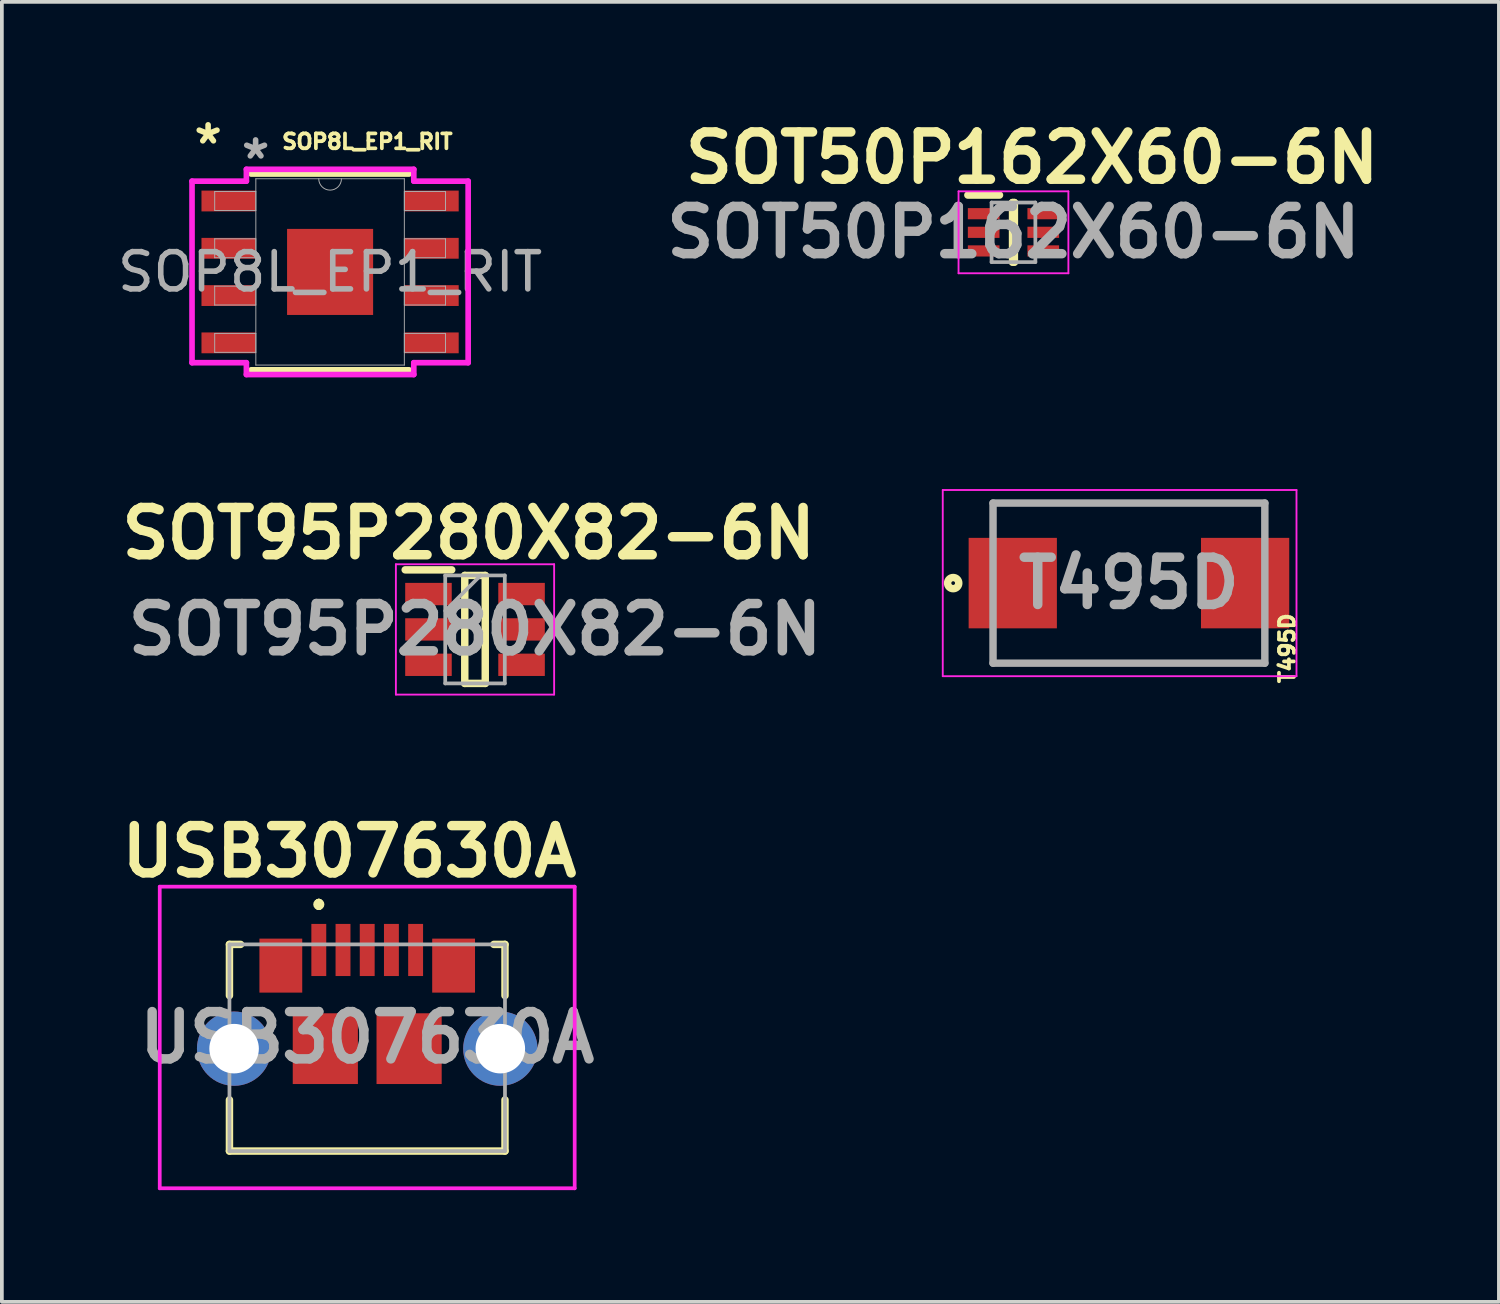
<source format=kicad_pcb>
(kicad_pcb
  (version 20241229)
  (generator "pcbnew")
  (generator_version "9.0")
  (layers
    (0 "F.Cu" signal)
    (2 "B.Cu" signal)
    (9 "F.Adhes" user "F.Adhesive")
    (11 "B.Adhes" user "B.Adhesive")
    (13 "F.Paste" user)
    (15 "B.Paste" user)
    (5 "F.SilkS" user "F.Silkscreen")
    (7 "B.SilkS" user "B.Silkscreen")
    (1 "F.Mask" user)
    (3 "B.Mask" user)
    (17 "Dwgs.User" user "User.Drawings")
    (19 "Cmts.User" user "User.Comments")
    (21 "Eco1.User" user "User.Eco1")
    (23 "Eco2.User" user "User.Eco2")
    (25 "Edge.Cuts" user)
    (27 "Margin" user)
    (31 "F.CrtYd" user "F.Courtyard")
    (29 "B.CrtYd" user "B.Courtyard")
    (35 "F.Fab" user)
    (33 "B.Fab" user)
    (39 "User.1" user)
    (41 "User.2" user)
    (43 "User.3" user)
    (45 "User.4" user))
  (footprint "SOT95P280X82-6N"
    (layer "F.Cu")
    (at 9.707 13.854)
    (property "Reference" "SOT95P280X82-6N" (at -0.17 -2.58 0) (layer "F.SilkS") (effects (font (size 1.27 1.27) (thickness 0.254))))
    (attr smd)
    (fp_line (start -1.875 -1.6) (end -0.625 -1.6) (stroke (width 0.2) (type solid)) (layer "F.SilkS"))
    (fp_line (start -0.275 -1.45) (end 0.275 -1.45) (stroke (width 0.2) (type solid)) (layer "F.SilkS"))
    (fp_line (start -0.275 1.45) (end -0.275 -1.45) (stroke (width 0.2) (type solid)) (layer "F.SilkS"))
    (fp_line (start 0.275 -1.45) (end 0.275 1.45) (stroke (width 0.2) (type solid)) (layer "F.SilkS"))
    (fp_line (start 0.275 1.45) (end -0.275 1.45) (stroke (width 0.2) (type solid)) (layer "F.SilkS"))
    (fp_line (start -2.125 -1.75) (end 2.125 -1.75) (stroke (width 0.05) (type solid)) (layer "F.CrtYd"))
    (fp_line (start -2.125 1.75) (end -2.125 -1.75) (stroke (width 0.05) (type solid)) (layer "F.CrtYd"))
    (fp_line (start 2.125 -1.75) (end 2.125 1.75) (stroke (width 0.05) (type solid)) (layer "F.CrtYd"))
    (fp_line (start 2.125 1.75) (end -2.125 1.75) (stroke (width 0.05) (type solid)) (layer "F.CrtYd"))
    (fp_line (start -0.8 -1.45) (end 0.8 -1.45) (stroke (width 0.1) (type solid)) (layer "F.Fab"))
    (fp_line (start -0.8 -0.5) (end 0.15 -1.45) (stroke (width 0.1) (type solid)) (layer "F.Fab"))
    (fp_line (start -0.8 1.45) (end -0.8 -1.45) (stroke (width 0.1) (type solid)) (layer "F.Fab"))
    (fp_line (start 0.8 -1.45) (end 0.8 1.45) (stroke (width 0.1) (type solid)) (layer "F.Fab"))
    (fp_line (start 0.8 1.45) (end -0.8 1.45) (stroke (width 0.1) (type solid)) (layer "F.Fab"))
    (fp_text user "${REFERENCE}" (at 0 0 0) (layer "F.Fab") (effects (font (size 1.27 1.27) (thickness 0.254))))
    (pad "1" smd rect (at -1.25 -0.95 90) (size 0.6 1.25) (layers "F.Cu" "F.Mask" "F.Paste"))
    (pad "2" smd rect (at -1.25 0 90) (size 0.6 1.25) (layers "F.Cu" "F.Mask" "F.Paste"))
    (pad "3" smd rect (at -1.25 0.95 90) (size 0.6 1.25) (layers "F.Cu" "F.Mask" "F.Paste"))
    (pad "4" smd rect (at 1.25 0.95 90) (size 0.6 1.25) (layers "F.Cu" "F.Mask" "F.Paste"))
    (pad "5" smd rect (at 1.25 0 90) (size 0.6 1.25) (layers "F.Cu" "F.Mask" "F.Paste"))
    (pad "6" smd rect (at 1.25 -0.95 90) (size 0.6 1.25) (layers "F.Cu" "F.Mask" "F.Paste")))
  (footprint "USB307630A"
    (layer "F.Cu")
    (at 6.812 25.088)
    (property "Reference" "USB307630A" (at -0.48 -5.27 0) (layer "F.SilkS") (effects (font (size 1.27 1.27) (thickness 0.254))))
    (attr through_hole)
    (fp_line (start -3.7 -2.775) (end -3.4 -2.775) (stroke (width 0.2) (type solid)) (layer "F.SilkS"))
    (fp_line (start -3.7 -1.4) (end -3.7 -2.775) (stroke (width 0.2) (type solid)) (layer "F.SilkS"))
    (fp_line (start -3.7 2.775) (end -3.7 1.4) (stroke (width 0.2) (type solid)) (layer "F.SilkS"))
    (fp_line (start -1.3 -3.9) (end -1.3 -3.9) (stroke (width 0.2) (type solid)) (layer "F.SilkS"))
    (fp_line (start -1.3 -3.9) (end -1.3 -3.8) (stroke (width 0.2) (type solid)) (layer "F.SilkS"))
    (fp_line (start -1.3 -3.8) (end -1.3 -3.8) (stroke (width 0.2) (type solid)) (layer "F.SilkS"))
    (fp_line (start 3.4 -2.775) (end 3.7 -2.775) (stroke (width 0.2) (type solid)) (layer "F.SilkS"))
    (fp_line (start 3.7 -2.775) (end 3.7 -1.4) (stroke (width 0.2) (type solid)) (layer "F.SilkS"))
    (fp_line (start 3.7 1.4) (end 3.7 2.775) (stroke (width 0.2) (type solid)) (layer "F.SilkS"))
    (fp_line (start 3.7 2.775) (end -3.7 2.775) (stroke (width 0.2) (type solid)) (layer "F.SilkS"))
    (fp_arc (start -1.3 -3.9) (mid -1.25 -3.85) (end -1.3 -3.8) (stroke (width 0.2) (type solid)) (layer "F.SilkS"))
    (fp_arc (start -1.3 -3.8) (mid -1.35 -3.85) (end -1.3 -3.9) (stroke (width 0.2) (type solid)) (layer "F.SilkS"))
    (fp_line (start -5.572 -4.325) (end 5.572 -4.325) (stroke (width 0.1) (type solid)) (layer "F.CrtYd"))
    (fp_line (start -5.572 3.775) (end -5.572 -4.325) (stroke (width 0.1) (type solid)) (layer "F.CrtYd"))
    (fp_line (start 5.572 -4.325) (end 5.572 3.775) (stroke (width 0.1) (type solid)) (layer "F.CrtYd"))
    (fp_line (start 5.572 3.775) (end -5.572 3.775) (stroke (width 0.1) (type solid)) (layer "F.CrtYd"))
    (fp_line (start -3.7 -2.775) (end 3.7 -2.775) (stroke (width 0.1) (type solid)) (layer "F.Fab"))
    (fp_line (start -3.7 2.775) (end -3.7 -2.775) (stroke (width 0.1) (type solid)) (layer "F.Fab"))
    (fp_line (start 3.7 -2.775) (end 3.7 2.775) (stroke (width 0.1) (type solid)) (layer "F.Fab"))
    (fp_line (start 3.7 2.775) (end -3.7 2.775) (stroke (width 0.1) (type solid)) (layer "F.Fab"))
    (fp_text user "${REFERENCE}" (at 0 -0.275 0) (layer "F.Fab") (effects (font (size 1.27 1.27) (thickness 0.254))))
    (pad "1" smd rect (at -1.3 -2.625) (size 0.4 1.4) (layers "F.Cu" "F.Mask" "F.Paste"))
    (pad "2" smd rect (at -0.65 -2.625) (size 0.4 1.4) (layers "F.Cu" "F.Mask" "F.Paste"))
    (pad "3" smd rect (at 0 -2.625) (size 0.4 1.4) (layers "F.Cu" "F.Mask" "F.Paste"))
    (pad "4" smd rect (at 0.65 -2.625) (size 0.4 1.4) (layers "F.Cu" "F.Mask" "F.Paste"))
    (pad "5" smd rect (at 1.3 -2.625) (size 0.4 1.4) (layers "F.Cu" "F.Mask" "F.Paste"))
    (pad "MH1" thru_hole circle (at -3.575 0.025) (size 1.995 1.995) (drill 1.33) (layers "*.Cu" "*.Mask"))
    (pad "MH2" thru_hole circle (at 3.575 0.025) (size 1.995 1.995) (drill 1.33) (layers "*.Cu" "*.Mask"))
    (pad "MP1" smd rect (at -2.32 -2.205) (size 1.15 1.45) (layers "F.Cu" "F.Mask" "F.Paste"))
    (pad "MP2" smd rect (at 2.32 -2.205) (size 1.15 1.45) (layers "F.Cu" "F.Mask" "F.Paste"))
    (pad "MP3" smd rect (at -1.125 0.025) (size 1.75 1.9) (layers "F.Cu" "F.Mask" "F.Paste"))
    (pad "MP4" smd rect (at 1.125 0.025) (size 1.75 1.9) (layers "F.Cu" "F.Mask" "F.Paste")))
  (footprint "SOP8L_EP1_RIT"
    (layer "F.Cu")
    (at 5.815 4.253)
    (property "Reference" "SOP8L_EP1_RIT" (at 1 -3.5 0) (unlocked yes) (layer "F.SilkS") (effects (font (size 0.4 0.4) (thickness 0.15))))
    (attr smd)
    (fp_line (start -2.121 2.629) (end 2.121 2.629) (stroke (width 0.152) (type solid)) (layer "F.SilkS"))
    (fp_line (start 2.121 -2.629) (end -2.121 -2.629) (stroke (width 0.152) (type solid)) (layer "F.SilkS"))
    (fp_line (start -3.708 -2.438) (end -2.248 -2.438) (stroke (width 0.152) (type solid)) (layer "F.CrtYd"))
    (fp_line (start -3.708 2.438) (end -3.708 -2.438) (stroke (width 0.152) (type solid)) (layer "F.CrtYd"))
    (fp_line (start -3.708 2.438) (end -2.248 2.438) (stroke (width 0.152) (type solid)) (layer "F.CrtYd"))
    (fp_line (start -2.248 -2.756) (end 2.248 -2.756) (stroke (width 0.152) (type solid)) (layer "F.CrtYd"))
    (fp_line (start -2.248 -2.438) (end -2.248 -2.756) (stroke (width 0.152) (type solid)) (layer "F.CrtYd"))
    (fp_line (start -2.248 2.756) (end -2.248 2.438) (stroke (width 0.152) (type solid)) (layer "F.CrtYd"))
    (fp_line (start 2.248 -2.756) (end 2.248 -2.438) (stroke (width 0.152) (type solid)) (layer "F.CrtYd"))
    (fp_line (start 2.248 2.438) (end 2.248 2.756) (stroke (width 0.152) (type solid)) (layer "F.CrtYd"))
    (fp_line (start 2.248 2.756) (end -2.248 2.756) (stroke (width 0.152) (type solid)) (layer "F.CrtYd"))
    (fp_line (start 3.708 -2.438) (end 2.248 -2.438) (stroke (width 0.152) (type solid)) (layer "F.CrtYd"))
    (fp_line (start 3.708 -2.438) (end 3.708 2.438) (stroke (width 0.152) (type solid)) (layer "F.CrtYd"))
    (fp_line (start 3.708 2.438) (end 2.248 2.438) (stroke (width 0.152) (type solid)) (layer "F.CrtYd"))
    (fp_line (start -3.099 -2.159) (end -3.099 -1.651) (stroke (width 0.025) (type solid)) (layer "F.Fab"))
    (fp_line (start -3.099 -1.651) (end -1.994 -1.651) (stroke (width 0.025) (type solid)) (layer "F.Fab"))
    (fp_line (start -3.099 -0.889) (end -3.099 -0.381) (stroke (width 0.025) (type solid)) (layer "F.Fab"))
    (fp_line (start -3.099 -0.381) (end -1.994 -0.381) (stroke (width 0.025) (type solid)) (layer "F.Fab"))
    (fp_line (start -3.099 0.381) (end -3.099 0.889) (stroke (width 0.025) (type solid)) (layer "F.Fab"))
    (fp_line (start -3.099 0.889) (end -1.994 0.889) (stroke (width 0.025) (type solid)) (layer "F.Fab"))
    (fp_line (start -3.099 1.651) (end -3.099 2.159) (stroke (width 0.025) (type solid)) (layer "F.Fab"))
    (fp_line (start -3.099 2.159) (end -1.994 2.159) (stroke (width 0.025) (type solid)) (layer "F.Fab"))
    (fp_line (start -1.994 -2.502) (end -1.994 2.502) (stroke (width 0.025) (type solid)) (layer "F.Fab"))
    (fp_line (start -1.994 -2.159) (end -3.099 -2.159) (stroke (width 0.025) (type solid)) (layer "F.Fab"))
    (fp_line (start -1.994 -1.651) (end -1.994 -2.159) (stroke (width 0.025) (type solid)) (layer "F.Fab"))
    (fp_line (start -1.994 -0.889) (end -3.099 -0.889) (stroke (width 0.025) (type solid)) (layer "F.Fab"))
    (fp_line (start -1.994 -0.381) (end -1.994 -0.889) (stroke (width 0.025) (type solid)) (layer "F.Fab"))
    (fp_line (start -1.994 0.381) (end -3.099 0.381) (stroke (width 0.025) (type solid)) (layer "F.Fab"))
    (fp_line (start -1.994 0.889) (end -1.994 0.381) (stroke (width 0.025) (type solid)) (layer "F.Fab"))
    (fp_line (start -1.994 1.651) (end -3.099 1.651) (stroke (width 0.025) (type solid)) (layer "F.Fab"))
    (fp_line (start -1.994 2.159) (end -1.994 1.651) (stroke (width 0.025) (type solid)) (layer "F.Fab"))
    (fp_line (start -1.994 2.502) (end 1.994 2.502) (stroke (width 0.025) (type solid)) (layer "F.Fab"))
    (fp_line (start 1.994 -2.502) (end -1.994 -2.502) (stroke (width 0.025) (type solid)) (layer "F.Fab"))
    (fp_line (start 1.994 -2.159) (end 1.994 -1.651) (stroke (width 0.025) (type solid)) (layer "F.Fab"))
    (fp_line (start 1.994 -1.651) (end 3.099 -1.651) (stroke (width 0.025) (type solid)) (layer "F.Fab"))
    (fp_line (start 1.994 -0.889) (end 1.994 -0.381) (stroke (width 0.025) (type solid)) (layer "F.Fab"))
    (fp_line (start 1.994 -0.381) (end 3.099 -0.381) (stroke (width 0.025) (type solid)) (layer "F.Fab"))
    (fp_line (start 1.994 0.381) (end 1.994 0.889) (stroke (width 0.025) (type solid)) (layer "F.Fab"))
    (fp_line (start 1.994 0.889) (end 3.099 0.889) (stroke (width 0.025) (type solid)) (layer "F.Fab"))
    (fp_line (start 1.994 1.651) (end 1.994 2.159) (stroke (width 0.025) (type solid)) (layer "F.Fab"))
    (fp_line (start 1.994 2.159) (end 3.099 2.159) (stroke (width 0.025) (type solid)) (layer "F.Fab"))
    (fp_line (start 1.994 2.502) (end 1.994 -2.502) (stroke (width 0.025) (type solid)) (layer "F.Fab"))
    (fp_line (start 3.099 -2.159) (end 1.994 -2.159) (stroke (width 0.025) (type solid)) (layer "F.Fab"))
    (fp_line (start 3.099 -1.651) (end 3.099 -2.159) (stroke (width 0.025) (type solid)) (layer "F.Fab"))
    (fp_line (start 3.099 -0.889) (end 1.994 -0.889) (stroke (width 0.025) (type solid)) (layer "F.Fab"))
    (fp_line (start 3.099 -0.381) (end 3.099 -0.889) (stroke (width 0.025) (type solid)) (layer "F.Fab"))
    (fp_line (start 3.099 0.381) (end 1.994 0.381) (stroke (width 0.025) (type solid)) (layer "F.Fab"))
    (fp_line (start 3.099 0.889) (end 3.099 0.381) (stroke (width 0.025) (type solid)) (layer "F.Fab"))
    (fp_line (start 3.099 1.651) (end 1.994 1.651) (stroke (width 0.025) (type solid)) (layer "F.Fab"))
    (fp_line (start 3.099 2.159) (end 3.099 1.651) (stroke (width 0.025) (type solid)) (layer "F.Fab"))
    (fp_arc (start 0.3048 -2.5019) (mid 0 -2.1971) (end -0.3048 -2.5019) (stroke (width 0.0254) (type solid)) (layer "F.Fab"))
    (fp_text user "*" (at -3.276 -3.405 0) (layer "F.SilkS") (effects (font (size 1 1) (thickness 0.15))))
    (fp_text user "${REFERENCE}" (at 0 0 0) (unlocked yes) (layer "F.Fab") (effects (font (size 1 1) (thickness 0.15))))
    (fp_text user "*" (at -2 -3 0) (unlocked yes) (layer "F.Fab") (effects (font (size 1 1) (thickness 0.15))))
    (pad "1" smd rect (at -2.724 -1.905) (size 1.46 0.559) (layers "F.Cu" "F.Mask" "F.Paste"))
    (pad "2" smd rect (at -2.724 -0.635) (size 1.46 0.559) (layers "F.Cu" "F.Mask" "F.Paste"))
    (pad "3" smd rect (at -2.724 0.635) (size 1.46 0.559) (layers "F.Cu" "F.Mask" "F.Paste"))
    (pad "4" smd rect (at -2.724 1.905) (size 1.46 0.559) (layers "F.Cu" "F.Mask" "F.Paste"))
    (pad "5" smd rect (at 2.724 1.905) (size 1.46 0.559) (layers "F.Cu" "F.Mask" "F.Paste"))
    (pad "6" smd rect (at 2.724 0.635) (size 1.46 0.559) (layers "F.Cu" "F.Mask" "F.Paste"))
    (pad "7" smd rect (at 2.724 -0.635) (size 1.46 0.559) (layers "F.Cu" "F.Mask" "F.Paste"))
    (pad "8" smd rect (at 2.724 -1.905) (size 1.46 0.559) (layers "F.Cu" "F.Mask" "F.Paste"))
    (pad "EPAD" smd rect (at 0 0) (size 2.311 2.311) (layers "F.Cu" "F.Mask" "F.Paste")))
  (footprint "SOT50P162X60-6N"
    (layer "F.Cu")
    (at 24.168 3.189)
    (property "Reference" "SOT50P162X60-6N" (at 0.5 -2 0) (layer "F.SilkS") (effects (font (size 1.27 1.27) (thickness 0.254))))
    (attr smd)
    (fp_line (start -1.225 -1) (end -0.375 -1) (stroke (width 0.2) (type solid)) (layer "F.SilkS"))
    (fp_line (start -0.025 -0.8) (end 0.025 -0.8) (stroke (width 0.2) (type solid)) (layer "F.SilkS"))
    (fp_line (start -0.025 0.8) (end -0.025 -0.8) (stroke (width 0.2) (type solid)) (layer "F.SilkS"))
    (fp_line (start 0.025 -0.8) (end 0.025 0.8) (stroke (width 0.2) (type solid)) (layer "F.SilkS"))
    (fp_line (start 0.025 0.8) (end -0.025 0.8) (stroke (width 0.2) (type solid)) (layer "F.SilkS"))
    (fp_line (start -1.475 -1.1) (end 1.475 -1.1) (stroke (width 0.05) (type solid)) (layer "F.CrtYd"))
    (fp_line (start -1.475 1.1) (end -1.475 -1.1) (stroke (width 0.05) (type solid)) (layer "F.CrtYd"))
    (fp_line (start 1.475 -1.1) (end 1.475 1.1) (stroke (width 0.05) (type solid)) (layer "F.CrtYd"))
    (fp_line (start 1.475 1.1) (end -1.475 1.1) (stroke (width 0.05) (type solid)) (layer "F.CrtYd"))
    (fp_line (start -0.588 -0.8) (end 0.588 -0.8) (stroke (width 0.1) (type solid)) (layer "F.Fab"))
    (fp_line (start -0.588 -0.3) (end -0.088 -0.8) (stroke (width 0.1) (type solid)) (layer "F.Fab"))
    (fp_line (start -0.588 0.8) (end -0.588 -0.8) (stroke (width 0.1) (type solid)) (layer "F.Fab"))
    (fp_line (start 0.588 -0.8) (end 0.588 0.8) (stroke (width 0.1) (type solid)) (layer "F.Fab"))
    (fp_line (start 0.588 0.8) (end -0.588 0.8) (stroke (width 0.1) (type solid)) (layer "F.Fab"))
    (fp_text user "${REFERENCE}" (at 0 0 0) (layer "F.Fab") (effects (font (size 1.27 1.27) (thickness 0.254))))
    (pad "1" smd rect (at -0.8 -0.5 90) (size 0.3 0.85) (layers "F.Cu" "F.Mask" "F.Paste"))
    (pad "2" smd rect (at -0.8 0 90) (size 0.3 0.85) (layers "F.Cu" "F.Mask" "F.Paste"))
    (pad "3" smd rect (at -0.8 0.5 90) (size 0.3 0.85) (layers "F.Cu" "F.Mask" "F.Paste"))
    (pad "4" smd rect (at 0.8 0.5 90) (size 0.3 0.85) (layers "F.Cu" "F.Mask" "F.Paste"))
    (pad "5" smd rect (at 0.8 0 90) (size 0.3 0.85) (layers "F.Cu" "F.Mask" "F.Paste"))
    (pad "6" smd rect (at 0.8 -0.5 90) (size 0.3 0.85) (layers "F.Cu" "F.Mask" "F.Paste")))
  (footprint "T495D"
    (layer "F.Cu")
    (at 27.269 12.61)
    (property "Reference" "T495D" (at 4.25 1.75 270) (layer "F.SilkS") (effects (font (size 0.4 0.4) (thickness 0.254))))
    (attr smd)
    (fp_line (start -3.65 -2.15) (end 3.65 -2.15) (stroke (width 0.1) (type solid)) (layer "F.SilkS"))
    (fp_line (start 3.65 2.15) (end -3.65 2.15) (stroke (width 0.1) (type solid)) (layer "F.SilkS"))
    (fp_circle (center -4.72 0) (end -4.72 0.05) (stroke (width 0.2) (type solid)) (fill no) (layer "F.SilkS"))
    (fp_line (start -5 -2.5) (end 4.5 -2.5) (stroke (width 0.05) (type solid)) (layer "F.CrtYd"))
    (fp_line (start -5 2.5) (end -5 -2.5) (stroke (width 0.05) (type solid)) (layer "F.CrtYd"))
    (fp_line (start 4.5 -2.5) (end 4.5 2.5) (stroke (width 0.05) (type solid)) (layer "F.CrtYd"))
    (fp_line (start 4.5 2.5) (end -5 2.5) (stroke (width 0.05) (type solid)) (layer "F.CrtYd"))
    (fp_line (start -3.65 -2.15) (end 3.65 -2.15) (stroke (width 0.2) (type solid)) (layer "F.Fab"))
    (fp_line (start -3.65 2.15) (end -3.65 -2.15) (stroke (width 0.2) (type solid)) (layer "F.Fab"))
    (fp_line (start 3.65 -2.15) (end 3.65 2.15) (stroke (width 0.2) (type solid)) (layer "F.Fab"))
    (fp_line (start 3.65 2.15) (end -3.65 2.15) (stroke (width 0.2) (type solid)) (layer "F.Fab"))
    (fp_text user "${REFERENCE}" (at 0 0 0) (layer "F.Fab") (effects (font (size 1.27 1.27) (thickness 0.254))))
    (pad "1" smd rect (at -3.12 0) (size 2.37 2.43) (layers "F.Cu" "F.Mask" "F.Paste"))
    (pad "2" smd rect (at 3.12 0) (size 2.37 2.43) (layers "F.Cu" "F.Mask" "F.Paste")))
  (gr_rect
    (start -3 -3)
    (end 37.205 31.913)
    (stroke (width 0.1) (type default))
    (fill no)
    (layer "Edge.Cuts")))
</source>
